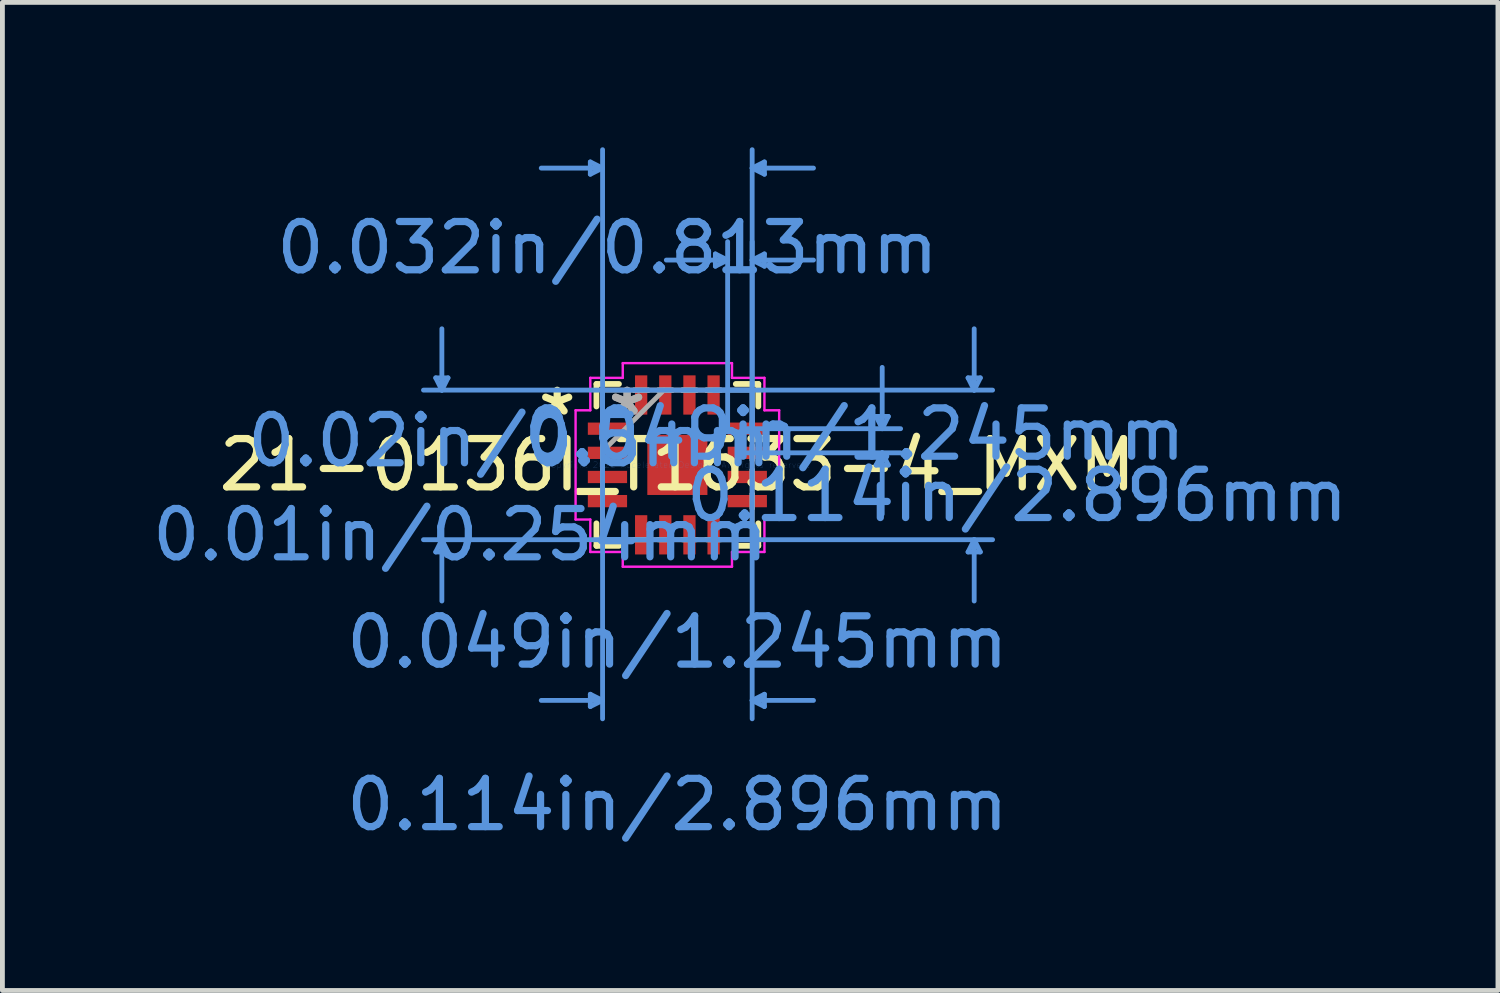
<source format=kicad_pcb>
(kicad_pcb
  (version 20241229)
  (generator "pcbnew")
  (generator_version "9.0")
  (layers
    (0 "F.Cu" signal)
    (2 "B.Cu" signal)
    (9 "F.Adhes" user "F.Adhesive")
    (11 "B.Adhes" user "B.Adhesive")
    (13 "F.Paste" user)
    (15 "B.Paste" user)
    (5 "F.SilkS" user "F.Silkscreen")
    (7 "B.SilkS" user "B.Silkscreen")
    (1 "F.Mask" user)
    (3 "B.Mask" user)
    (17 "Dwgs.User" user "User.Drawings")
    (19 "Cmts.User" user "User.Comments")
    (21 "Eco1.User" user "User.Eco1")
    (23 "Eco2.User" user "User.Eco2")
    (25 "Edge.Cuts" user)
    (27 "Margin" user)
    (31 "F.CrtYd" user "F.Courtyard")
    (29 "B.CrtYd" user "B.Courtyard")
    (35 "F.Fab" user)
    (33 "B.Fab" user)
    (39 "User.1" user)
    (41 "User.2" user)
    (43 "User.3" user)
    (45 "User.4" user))
  (footprint "21-0136I_T1633-4_MXM"
    (layer "F.Cu")
    (at 10.978 6.578)
    (property "Reference" "21-0136I_T1633-4_MXM" (at 0 0 0) (layer "F.SilkS") (effects (font (size 1 1) (thickness 0.15))))
    (attr through_hole)
    (fp_line (start -1.676 -1.676) (end -1.676 -1.21) (stroke (width 0.12) (type solid)) (layer "F.SilkS"))
    (fp_line (start -1.676 1.21) (end -1.676 1.676) (stroke (width 0.12) (type solid)) (layer "F.SilkS"))
    (fp_line (start -1.676 1.676) (end -1.21 1.676) (stroke (width 0.12) (type solid)) (layer "F.SilkS"))
    (fp_line (start -1.21 -1.676) (end -1.676 -1.676) (stroke (width 0.12) (type solid)) (layer "F.SilkS"))
    (fp_line (start 1.21 1.676) (end 1.676 1.676) (stroke (width 0.12) (type solid)) (layer "F.SilkS"))
    (fp_line (start 1.676 -1.676) (end 1.21 -1.676) (stroke (width 0.12) (type solid)) (layer "F.SilkS"))
    (fp_line (start 1.676 -1.21) (end 1.676 -1.676) (stroke (width 0.12) (type solid)) (layer "F.SilkS"))
    (fp_line (start 1.676 1.676) (end 1.676 1.21) (stroke (width 0.12) (type solid)) (layer "F.SilkS"))
    (fp_line (start -5.004 -1.803) (end -4.75 -1.803) (stroke (width 0.1) (type solid)) (layer "Cmts.User"))
    (fp_line (start -5.004 1.803) (end -4.75 1.803) (stroke (width 0.1) (type solid)) (layer "Cmts.User"))
    (fp_line (start -4.877 -1.549) (end -5.004 -1.803) (stroke (width 0.1) (type solid)) (layer "Cmts.User"))
    (fp_line (start -4.877 -1.549) (end -4.877 -2.819) (stroke (width 0.1) (type solid)) (layer "Cmts.User"))
    (fp_line (start -4.877 -1.549) (end -4.75 -1.803) (stroke (width 0.1) (type solid)) (layer "Cmts.User"))
    (fp_line (start -4.877 1.549) (end -5.004 1.803) (stroke (width 0.1) (type solid)) (layer "Cmts.User"))
    (fp_line (start -4.877 1.549) (end -4.877 2.819) (stroke (width 0.1) (type solid)) (layer "Cmts.User"))
    (fp_line (start -4.877 1.549) (end -4.75 1.803) (stroke (width 0.1) (type solid)) (layer "Cmts.User"))
    (fp_line (start -1.803 -6.274) (end -1.803 -6.02) (stroke (width 0.1) (type solid)) (layer "Cmts.User"))
    (fp_line (start -1.803 4.75) (end -1.803 5.004) (stroke (width 0.1) (type solid)) (layer "Cmts.User"))
    (fp_line (start -1.549 -6.147) (end -2.819 -6.147) (stroke (width 0.1) (type solid)) (layer "Cmts.User"))
    (fp_line (start -1.549 -6.147) (end -1.803 -6.274) (stroke (width 0.1) (type solid)) (layer "Cmts.User"))
    (fp_line (start -1.549 -6.147) (end -1.803 -6.02) (stroke (width 0.1) (type solid)) (layer "Cmts.User"))
    (fp_line (start -1.549 -1.549) (end -1.549 5.258) (stroke (width 0.1) (type solid)) (layer "Cmts.User"))
    (fp_line (start -1.549 -0.75) (end -1.549 -6.528) (stroke (width 0.1) (type solid)) (layer "Cmts.User"))
    (fp_line (start -1.549 4.877) (end -2.819 4.877) (stroke (width 0.1) (type solid)) (layer "Cmts.User"))
    (fp_line (start -1.549 4.877) (end -1.803 4.75) (stroke (width 0.1) (type solid)) (layer "Cmts.User"))
    (fp_line (start -1.549 4.877) (end -1.803 5.004) (stroke (width 0.1) (type solid)) (layer "Cmts.User"))
    (fp_line (start 0.75 -1.549) (end 6.528 -1.549) (stroke (width 0.1) (type solid)) (layer "Cmts.User"))
    (fp_line (start 0.75 1.549) (end 6.528 1.549) (stroke (width 0.1) (type solid)) (layer "Cmts.User"))
    (fp_line (start 0.787 -4.369) (end 0.787 -4.115) (stroke (width 0.1) (type solid)) (layer "Cmts.User"))
    (fp_line (start 1.041 -4.242) (end -0.229 -4.242) (stroke (width 0.1) (type solid)) (layer "Cmts.User"))
    (fp_line (start 1.041 -4.242) (end 0.787 -4.369) (stroke (width 0.1) (type solid)) (layer "Cmts.User"))
    (fp_line (start 1.041 -4.242) (end 0.787 -4.115) (stroke (width 0.1) (type solid)) (layer "Cmts.User"))
    (fp_line (start 1.041 -0.75) (end 1.041 -4.623) (stroke (width 0.1) (type solid)) (layer "Cmts.User"))
    (fp_line (start 1.448 -0.75) (end 4.623 -0.75) (stroke (width 0.1) (type solid)) (layer "Cmts.User"))
    (fp_line (start 1.448 -0.25) (end 4.623 -0.25) (stroke (width 0.1) (type solid)) (layer "Cmts.User"))
    (fp_line (start 1.549 -6.147) (end 1.803 -6.274) (stroke (width 0.1) (type solid)) (layer "Cmts.User"))
    (fp_line (start 1.549 -6.147) (end 1.803 -6.02) (stroke (width 0.1) (type solid)) (layer "Cmts.User"))
    (fp_line (start 1.549 -6.147) (end 2.819 -6.147) (stroke (width 0.1) (type solid)) (layer "Cmts.User"))
    (fp_line (start 1.549 -4.242) (end 1.803 -4.369) (stroke (width 0.1) (type solid)) (layer "Cmts.User"))
    (fp_line (start 1.549 -4.242) (end 1.803 -4.115) (stroke (width 0.1) (type solid)) (layer "Cmts.User"))
    (fp_line (start 1.549 -4.242) (end 2.819 -4.242) (stroke (width 0.1) (type solid)) (layer "Cmts.User"))
    (fp_line (start 1.549 -1.549) (end -5.258 -1.549) (stroke (width 0.1) (type solid)) (layer "Cmts.User"))
    (fp_line (start 1.549 -1.549) (end 1.549 5.258) (stroke (width 0.1) (type solid)) (layer "Cmts.User"))
    (fp_line (start 1.549 -0.75) (end 1.549 -6.528) (stroke (width 0.1) (type solid)) (layer "Cmts.User"))
    (fp_line (start 1.549 -0.75) (end 1.549 -4.623) (stroke (width 0.1) (type solid)) (layer "Cmts.User"))
    (fp_line (start 1.549 1.549) (end -5.258 1.549) (stroke (width 0.1) (type solid)) (layer "Cmts.User"))
    (fp_line (start 1.549 4.877) (end 1.803 4.75) (stroke (width 0.1) (type solid)) (layer "Cmts.User"))
    (fp_line (start 1.549 4.877) (end 1.803 5.004) (stroke (width 0.1) (type solid)) (layer "Cmts.User"))
    (fp_line (start 1.549 4.877) (end 2.819 4.877) (stroke (width 0.1) (type solid)) (layer "Cmts.User"))
    (fp_line (start 1.803 -6.274) (end 1.803 -6.02) (stroke (width 0.1) (type solid)) (layer "Cmts.User"))
    (fp_line (start 1.803 -4.369) (end 1.803 -4.115) (stroke (width 0.1) (type solid)) (layer "Cmts.User"))
    (fp_line (start 1.803 4.75) (end 1.803 5.004) (stroke (width 0.1) (type solid)) (layer "Cmts.User"))
    (fp_line (start 4.115 -1.004) (end 4.369 -1.004) (stroke (width 0.1) (type solid)) (layer "Cmts.User"))
    (fp_line (start 4.115 0.004) (end 4.369 0.004) (stroke (width 0.1) (type solid)) (layer "Cmts.User"))
    (fp_line (start 4.242 -0.75) (end 4.115 -1.004) (stroke (width 0.1) (type solid)) (layer "Cmts.User"))
    (fp_line (start 4.242 -0.75) (end 4.242 -2.02) (stroke (width 0.1) (type solid)) (layer "Cmts.User"))
    (fp_line (start 4.242 -0.75) (end 4.369 -1.004) (stroke (width 0.1) (type solid)) (layer "Cmts.User"))
    (fp_line (start 4.242 -0.25) (end 4.115 0.004) (stroke (width 0.1) (type solid)) (layer "Cmts.User"))
    (fp_line (start 4.242 -0.25) (end 4.242 1.02) (stroke (width 0.1) (type solid)) (layer "Cmts.User"))
    (fp_line (start 4.242 -0.25) (end 4.369 0.004) (stroke (width 0.1) (type solid)) (layer "Cmts.User"))
    (fp_line (start 6.02 -1.803) (end 6.274 -1.803) (stroke (width 0.1) (type solid)) (layer "Cmts.User"))
    (fp_line (start 6.02 1.803) (end 6.274 1.803) (stroke (width 0.1) (type solid)) (layer "Cmts.User"))
    (fp_line (start 6.147 -1.549) (end 6.02 -1.803) (stroke (width 0.1) (type solid)) (layer "Cmts.User"))
    (fp_line (start 6.147 -1.549) (end 6.147 -2.819) (stroke (width 0.1) (type solid)) (layer "Cmts.User"))
    (fp_line (start 6.147 -1.549) (end 6.274 -1.803) (stroke (width 0.1) (type solid)) (layer "Cmts.User"))
    (fp_line (start 6.147 1.549) (end 6.02 1.803) (stroke (width 0.1) (type solid)) (layer "Cmts.User"))
    (fp_line (start 6.147 1.549) (end 6.147 2.819) (stroke (width 0.1) (type solid)) (layer "Cmts.User"))
    (fp_line (start 6.147 1.549) (end 6.274 1.803) (stroke (width 0.1) (type solid)) (layer "Cmts.User"))
    (fp_line (start -2.108 -1.131) (end -1.803 -1.131) (stroke (width 0.05) (type solid)) (layer "F.CrtYd"))
    (fp_line (start -2.108 1.131) (end -2.108 -1.131) (stroke (width 0.05) (type solid)) (layer "F.CrtYd"))
    (fp_line (start -1.803 -1.803) (end -1.131 -1.803) (stroke (width 0.05) (type solid)) (layer "F.CrtYd"))
    (fp_line (start -1.803 -1.131) (end -1.803 -1.803) (stroke (width 0.05) (type solid)) (layer "F.CrtYd"))
    (fp_line (start -1.803 1.131) (end -2.108 1.131) (stroke (width 0.05) (type solid)) (layer "F.CrtYd"))
    (fp_line (start -1.803 1.803) (end -1.803 1.131) (stroke (width 0.05) (type solid)) (layer "F.CrtYd"))
    (fp_line (start -1.131 -2.108) (end 1.131 -2.108) (stroke (width 0.05) (type solid)) (layer "F.CrtYd"))
    (fp_line (start -1.131 -1.803) (end -1.131 -2.108) (stroke (width 0.05) (type solid)) (layer "F.CrtYd"))
    (fp_line (start -1.131 1.803) (end -1.803 1.803) (stroke (width 0.05) (type solid)) (layer "F.CrtYd"))
    (fp_line (start -1.131 2.108) (end -1.131 1.803) (stroke (width 0.05) (type solid)) (layer "F.CrtYd"))
    (fp_line (start 1.131 -2.108) (end 1.131 -1.803) (stroke (width 0.05) (type solid)) (layer "F.CrtYd"))
    (fp_line (start 1.131 -1.803) (end 1.803 -1.803) (stroke (width 0.05) (type solid)) (layer "F.CrtYd"))
    (fp_line (start 1.131 1.803) (end 1.131 2.108) (stroke (width 0.05) (type solid)) (layer "F.CrtYd"))
    (fp_line (start 1.131 2.108) (end -1.131 2.108) (stroke (width 0.05) (type solid)) (layer "F.CrtYd"))
    (fp_line (start 1.803 -1.803) (end 1.803 -1.131) (stroke (width 0.05) (type solid)) (layer "F.CrtYd"))
    (fp_line (start 1.803 -1.131) (end 2.108 -1.131) (stroke (width 0.05) (type solid)) (layer "F.CrtYd"))
    (fp_line (start 1.803 1.131) (end 1.803 1.803) (stroke (width 0.05) (type solid)) (layer "F.CrtYd"))
    (fp_line (start 1.803 1.803) (end 1.131 1.803) (stroke (width 0.05) (type solid)) (layer "F.CrtYd"))
    (fp_line (start 2.108 -1.131) (end 2.108 1.131) (stroke (width 0.05) (type solid)) (layer "F.CrtYd"))
    (fp_line (start 2.108 1.131) (end 1.803 1.131) (stroke (width 0.05) (type solid)) (layer "F.CrtYd"))
    (fp_line (start -1.549 -1.549) (end -1.549 -1.549) (stroke (width 0.1) (type solid)) (layer "F.Fab"))
    (fp_line (start -1.549 -1.549) (end -1.549 1.549) (stroke (width 0.1) (type solid)) (layer "F.Fab"))
    (fp_line (start -1.549 -0.902) (end -1.549 -0.902) (stroke (width 0.1) (type solid)) (layer "F.Fab"))
    (fp_line (start -1.549 -0.902) (end -1.549 -0.598) (stroke (width 0.1) (type solid)) (layer "F.Fab"))
    (fp_line (start -1.549 -0.598) (end -1.549 -0.902) (stroke (width 0.1) (type solid)) (layer "F.Fab"))
    (fp_line (start -1.549 -0.598) (end -1.549 -0.598) (stroke (width 0.1) (type solid)) (layer "F.Fab"))
    (fp_line (start -1.549 -0.402) (end -1.549 -0.402) (stroke (width 0.1) (type solid)) (layer "F.Fab"))
    (fp_line (start -1.549 -0.402) (end -1.549 -0.098) (stroke (width 0.1) (type solid)) (layer "F.Fab"))
    (fp_line (start -1.549 -0.279) (end -0.279 -1.549) (stroke (width 0.1) (type solid)) (layer "F.Fab"))
    (fp_line (start -1.549 -0.098) (end -1.549 -0.402) (stroke (width 0.1) (type solid)) (layer "F.Fab"))
    (fp_line (start -1.549 -0.098) (end -1.549 -0.098) (stroke (width 0.1) (type solid)) (layer "F.Fab"))
    (fp_line (start -1.549 0.098) (end -1.549 0.098) (stroke (width 0.1) (type solid)) (layer "F.Fab"))
    (fp_line (start -1.549 0.098) (end -1.549 0.402) (stroke (width 0.1) (type solid)) (layer "F.Fab"))
    (fp_line (start -1.549 0.402) (end -1.549 0.098) (stroke (width 0.1) (type solid)) (layer "F.Fab"))
    (fp_line (start -1.549 0.402) (end -1.549 0.402) (stroke (width 0.1) (type solid)) (layer "F.Fab"))
    (fp_line (start -1.549 0.598) (end -1.549 0.598) (stroke (width 0.1) (type solid)) (layer "F.Fab"))
    (fp_line (start -1.549 0.598) (end -1.549 0.902) (stroke (width 0.1) (type solid)) (layer "F.Fab"))
    (fp_line (start -1.549 0.902) (end -1.549 0.598) (stroke (width 0.1) (type solid)) (layer "F.Fab"))
    (fp_line (start -1.549 0.902) (end -1.549 0.902) (stroke (width 0.1) (type solid)) (layer "F.Fab"))
    (fp_line (start -1.549 1.549) (end -1.549 1.549) (stroke (width 0.1) (type solid)) (layer "F.Fab"))
    (fp_line (start -1.549 1.549) (end 1.549 1.549) (stroke (width 0.1) (type solid)) (layer "F.Fab"))
    (fp_line (start -0.902 -1.549) (end -0.902 -1.549) (stroke (width 0.1) (type solid)) (layer "F.Fab"))
    (fp_line (start -0.902 -1.549) (end -0.598 -1.549) (stroke (width 0.1) (type solid)) (layer "F.Fab"))
    (fp_line (start -0.902 1.549) (end -0.902 1.549) (stroke (width 0.1) (type solid)) (layer "F.Fab"))
    (fp_line (start -0.902 1.549) (end -0.598 1.549) (stroke (width 0.1) (type solid)) (layer "F.Fab"))
    (fp_line (start -0.598 -1.549) (end -0.902 -1.549) (stroke (width 0.1) (type solid)) (layer "F.Fab"))
    (fp_line (start -0.598 -1.549) (end -0.598 -1.549) (stroke (width 0.1) (type solid)) (layer "F.Fab"))
    (fp_line (start -0.598 1.549) (end -0.902 1.549) (stroke (width 0.1) (type solid)) (layer "F.Fab"))
    (fp_line (start -0.598 1.549) (end -0.598 1.549) (stroke (width 0.1) (type solid)) (layer "F.Fab"))
    (fp_line (start -0.402 -1.549) (end -0.402 -1.549) (stroke (width 0.1) (type solid)) (layer "F.Fab"))
    (fp_line (start -0.402 -1.549) (end -0.098 -1.549) (stroke (width 0.1) (type solid)) (layer "F.Fab"))
    (fp_line (start -0.402 1.549) (end -0.402 1.549) (stroke (width 0.1) (type solid)) (layer "F.Fab"))
    (fp_line (start -0.402 1.549) (end -0.098 1.549) (stroke (width 0.1) (type solid)) (layer "F.Fab"))
    (fp_line (start -0.098 -1.549) (end -0.402 -1.549) (stroke (width 0.1) (type solid)) (layer "F.Fab"))
    (fp_line (start -0.098 -1.549) (end -0.098 -1.549) (stroke (width 0.1) (type solid)) (layer "F.Fab"))
    (fp_line (start -0.098 1.549) (end -0.402 1.549) (stroke (width 0.1) (type solid)) (layer "F.Fab"))
    (fp_line (start -0.098 1.549) (end -0.098 1.549) (stroke (width 0.1) (type solid)) (layer "F.Fab"))
    (fp_line (start 0.098 -1.549) (end 0.098 -1.549) (stroke (width 0.1) (type solid)) (layer "F.Fab"))
    (fp_line (start 0.098 -1.549) (end 0.402 -1.549) (stroke (width 0.1) (type solid)) (layer "F.Fab"))
    (fp_line (start 0.098 1.549) (end 0.098 1.549) (stroke (width 0.1) (type solid)) (layer "F.Fab"))
    (fp_line (start 0.098 1.549) (end 0.402 1.549) (stroke (width 0.1) (type solid)) (layer "F.Fab"))
    (fp_line (start 0.402 -1.549) (end 0.098 -1.549) (stroke (width 0.1) (type solid)) (layer "F.Fab"))
    (fp_line (start 0.402 -1.549) (end 0.402 -1.549) (stroke (width 0.1) (type solid)) (layer "F.Fab"))
    (fp_line (start 0.402 1.549) (end 0.098 1.549) (stroke (width 0.1) (type solid)) (layer "F.Fab"))
    (fp_line (start 0.402 1.549) (end 0.402 1.549) (stroke (width 0.1) (type solid)) (layer "F.Fab"))
    (fp_line (start 0.598 -1.549) (end 0.598 -1.549) (stroke (width 0.1) (type solid)) (layer "F.Fab"))
    (fp_line (start 0.598 -1.549) (end 0.902 -1.549) (stroke (width 0.1) (type solid)) (layer "F.Fab"))
    (fp_line (start 0.598 1.549) (end 0.598 1.549) (stroke (width 0.1) (type solid)) (layer "F.Fab"))
    (fp_line (start 0.598 1.549) (end 0.902 1.549) (stroke (width 0.1) (type solid)) (layer "F.Fab"))
    (fp_line (start 0.902 -1.549) (end 0.598 -1.549) (stroke (width 0.1) (type solid)) (layer "F.Fab"))
    (fp_line (start 0.902 -1.549) (end 0.902 -1.549) (stroke (width 0.1) (type solid)) (layer "F.Fab"))
    (fp_line (start 0.902 1.549) (end 0.598 1.549) (stroke (width 0.1) (type solid)) (layer "F.Fab"))
    (fp_line (start 0.902 1.549) (end 0.902 1.549) (stroke (width 0.1) (type solid)) (layer "F.Fab"))
    (fp_line (start 1.549 -1.549) (end -1.549 -1.549) (stroke (width 0.1) (type solid)) (layer "F.Fab"))
    (fp_line (start 1.549 -1.549) (end 1.549 -1.549) (stroke (width 0.1) (type solid)) (layer "F.Fab"))
    (fp_line (start 1.549 -0.902) (end 1.549 -0.902) (stroke (width 0.1) (type solid)) (layer "F.Fab"))
    (fp_line (start 1.549 -0.902) (end 1.549 -0.598) (stroke (width 0.1) (type solid)) (layer "F.Fab"))
    (fp_line (start 1.549 -0.598) (end 1.549 -0.902) (stroke (width 0.1) (type solid)) (layer "F.Fab"))
    (fp_line (start 1.549 -0.598) (end 1.549 -0.598) (stroke (width 0.1) (type solid)) (layer "F.Fab"))
    (fp_line (start 1.549 -0.402) (end 1.549 -0.402) (stroke (width 0.1) (type solid)) (layer "F.Fab"))
    (fp_line (start 1.549 -0.402) (end 1.549 -0.098) (stroke (width 0.1) (type solid)) (layer "F.Fab"))
    (fp_line (start 1.549 -0.098) (end 1.549 -0.402) (stroke (width 0.1) (type solid)) (layer "F.Fab"))
    (fp_line (start 1.549 -0.098) (end 1.549 -0.098) (stroke (width 0.1) (type solid)) (layer "F.Fab"))
    (fp_line (start 1.549 0.098) (end 1.549 0.098) (stroke (width 0.1) (type solid)) (layer "F.Fab"))
    (fp_line (start 1.549 0.098) (end 1.549 0.402) (stroke (width 0.1) (type solid)) (layer "F.Fab"))
    (fp_line (start 1.549 0.402) (end 1.549 0.098) (stroke (width 0.1) (type solid)) (layer "F.Fab"))
    (fp_line (start 1.549 0.402) (end 1.549 0.402) (stroke (width 0.1) (type solid)) (layer "F.Fab"))
    (fp_line (start 1.549 0.598) (end 1.549 0.598) (stroke (width 0.1) (type solid)) (layer "F.Fab"))
    (fp_line (start 1.549 0.598) (end 1.549 0.902) (stroke (width 0.1) (type solid)) (layer "F.Fab"))
    (fp_line (start 1.549 0.902) (end 1.549 0.598) (stroke (width 0.1) (type solid)) (layer "F.Fab"))
    (fp_line (start 1.549 0.902) (end 1.549 0.902) (stroke (width 0.1) (type solid)) (layer "F.Fab"))
    (fp_line (start 1.549 1.549) (end 1.549 -1.549) (stroke (width 0.1) (type solid)) (layer "F.Fab"))
    (fp_line (start 1.549 1.549) (end 1.549 1.549) (stroke (width 0.1) (type solid)) (layer "F.Fab"))
    (fp_text user "*" (at -2.489 -1 0) (layer "F.SilkS") (effects (font (size 1 1) (thickness 0.15))))
    (fp_text user "0.049in/1.245mm" (at 3.67 -0.635 0) (layer "Cmts.User") (effects (font (size 1 1) (thickness 0.15))))
    (fp_text user "Copyright 2021 Accelerated Designs. All rights reserved." (at 0 0 0) (layer "Cmts.User") (effects (font (size 0.127 0.127) (thickness 0.002))))
    (fp_text user "0.114in/2.896mm" (at 0 7.036 0) (layer "Cmts.User") (effects (font (size 1 1) (thickness 0.15))))
    (fp_text user "0.114in/2.896mm" (at 7.036 0.635 0) (layer "Cmts.User") (effects (font (size 1 1) (thickness 0.15))))
    (fp_text user "0.01in/0.254mm" (at -4.496 1.448 0) (layer "Cmts.User") (effects (font (size 1 1) (thickness 0.15))))
    (fp_text user "0.02in/0.5mm" (at -3.48 -0.5 0) (layer "Cmts.User") (effects (font (size 1 1) (thickness 0.15))))
    (fp_text user "0.049in/1.245mm" (at 0 3.67 0) (layer "Cmts.User") (effects (font (size 1 1) (thickness 0.15))))
    (fp_text user "0.032in/0.813mm" (at -1.448 -4.496 0) (layer "Cmts.User") (effects (font (size 1 1) (thickness 0.15))))
    (fp_text user "*" (at -1.041 -1 0) (layer "F.Fab") (effects (font (size 1 1) (thickness 0.15))))
    (fp_text user "*" (at -1.041 -1 0) (layer "F.Fab") (effects (font (size 1 1) (thickness 0.15))))
    (pad "1" smd rect (at -1.448 -0.75 90) (size 0.254 0.813) (layers "F.Cu" "F.Mask" "F.Paste"))
    (pad "2" smd rect (at -1.448 -0.25 90) (size 0.254 0.813) (layers "F.Cu" "F.Mask" "F.Paste"))
    (pad "3" smd rect (at -1.448 0.25 90) (size 0.254 0.813) (layers "F.Cu" "F.Mask" "F.Paste"))
    (pad "4" smd rect (at -1.448 0.75 90) (size 0.254 0.813) (layers "F.Cu" "F.Mask" "F.Paste"))
    (pad "5" smd rect (at -0.75 1.448) (size 0.254 0.813) (layers "F.Cu" "F.Mask" "F.Paste"))
    (pad "6" smd rect (at -0.25 1.448) (size 0.254 0.813) (layers "F.Cu" "F.Mask" "F.Paste"))
    (pad "7" smd rect (at 0.25 1.448) (size 0.254 0.813) (layers "F.Cu" "F.Mask" "F.Paste"))
    (pad "8" smd rect (at 0.75 1.448) (size 0.254 0.813) (layers "F.Cu" "F.Mask" "F.Paste"))
    (pad "9" smd rect (at 1.448 0.75 90) (size 0.254 0.813) (layers "F.Cu" "F.Mask" "F.Paste"))
    (pad "10" smd rect (at 1.448 0.25 90) (size 0.254 0.813) (layers "F.Cu" "F.Mask" "F.Paste"))
    (pad "11" smd rect (at 1.448 -0.25 90) (size 0.254 0.813) (layers "F.Cu" "F.Mask" "F.Paste"))
    (pad "12" smd rect (at 1.448 -0.75 90) (size 0.254 0.813) (layers "F.Cu" "F.Mask" "F.Paste"))
    (pad "13" smd rect (at 0.75 -1.448) (size 0.254 0.813) (layers "F.Cu" "F.Mask" "F.Paste"))
    (pad "14" smd rect (at 0.25 -1.448) (size 0.254 0.813) (layers "F.Cu" "F.Mask" "F.Paste"))
    (pad "15" smd rect (at -0.25 -1.448) (size 0.254 0.813) (layers "F.Cu" "F.Mask" "F.Paste"))
    (pad "16" smd rect (at -0.75 -1.448) (size 0.254 0.813) (layers "F.Cu" "F.Mask" "F.Paste"))
    (pad "17" smd rect (at 0 0) (size 1.245 1.245) (layers "F.Cu" "F.Mask" "F.Paste")))
  (gr_rect
    (start -3 -3)
    (end 27.972 17.462)
    (stroke (width 0.1) (type default))
    (fill no)
    (layer "Edge.Cuts")))
</source>
